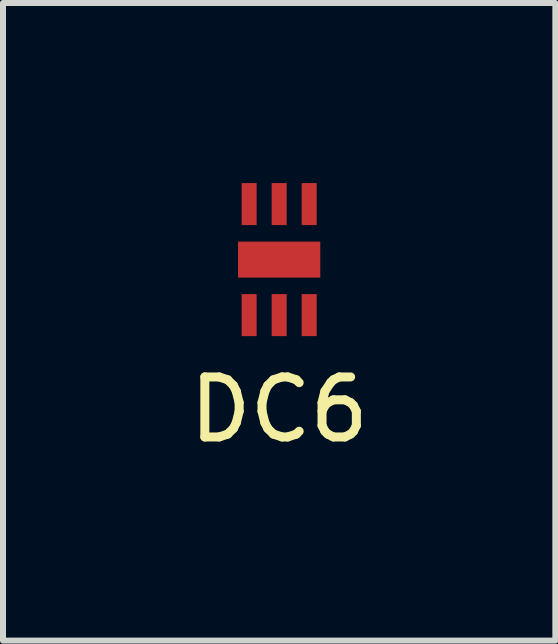
<source format=kicad_pcb>
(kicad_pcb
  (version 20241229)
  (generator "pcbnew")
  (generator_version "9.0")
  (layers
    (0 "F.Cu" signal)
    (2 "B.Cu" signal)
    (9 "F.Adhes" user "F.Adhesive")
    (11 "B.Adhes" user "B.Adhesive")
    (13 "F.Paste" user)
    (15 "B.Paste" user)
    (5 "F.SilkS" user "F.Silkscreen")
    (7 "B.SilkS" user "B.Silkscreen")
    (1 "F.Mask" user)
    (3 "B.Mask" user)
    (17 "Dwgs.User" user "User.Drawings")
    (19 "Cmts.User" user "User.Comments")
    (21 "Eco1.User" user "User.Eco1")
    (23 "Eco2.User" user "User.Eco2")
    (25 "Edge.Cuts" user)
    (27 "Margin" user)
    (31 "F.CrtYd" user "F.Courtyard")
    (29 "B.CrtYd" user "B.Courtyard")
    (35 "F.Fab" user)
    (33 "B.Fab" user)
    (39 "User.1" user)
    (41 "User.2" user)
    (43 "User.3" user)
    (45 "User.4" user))
  (footprint "DC6"
    (layer "F.Cu")
    (at 1.601 1.275)
    (property "Reference" "DC6" (at 0 2.5 0) (layer "F.SilkS") (effects (font (size 1 1) (thickness 0.15))))
    (attr through_hole)
    (pad "1" smd rect (at -0.5 0.925) (size 0.25 0.7) (layers "F.Cu" "F.Mask" "F.Paste"))
    (pad "2" smd rect (at 0 0.925) (size 0.25 0.7) (layers "F.Cu" "F.Mask" "F.Paste"))
    (pad "3" smd rect (at 0.5 0.925) (size 0.25 0.7) (layers "F.Cu" "F.Mask" "F.Paste"))
    (pad "4" smd rect (at 0.5 -0.925) (size 0.25 0.7) (layers "F.Cu" "F.Mask" "F.Paste"))
    (pad "5" smd rect (at 0 -0.925) (size 0.25 0.7) (layers "F.Cu" "F.Mask" "F.Paste"))
    (pad "6" smd rect (at -0.5 -0.925) (size 0.25 0.7) (layers "F.Cu" "F.Mask" "F.Paste"))
    (pad "6" smd rect (at 0 0) (size 1.37 0.6) (layers "F.Cu" "F.Mask" "F.Paste")))
  (gr_rect
    (start -3 -3)
    (end 6.202 7.623)
    (stroke (width 0.1) (type default))
    (fill no)
    (layer "Edge.Cuts")))
</source>
